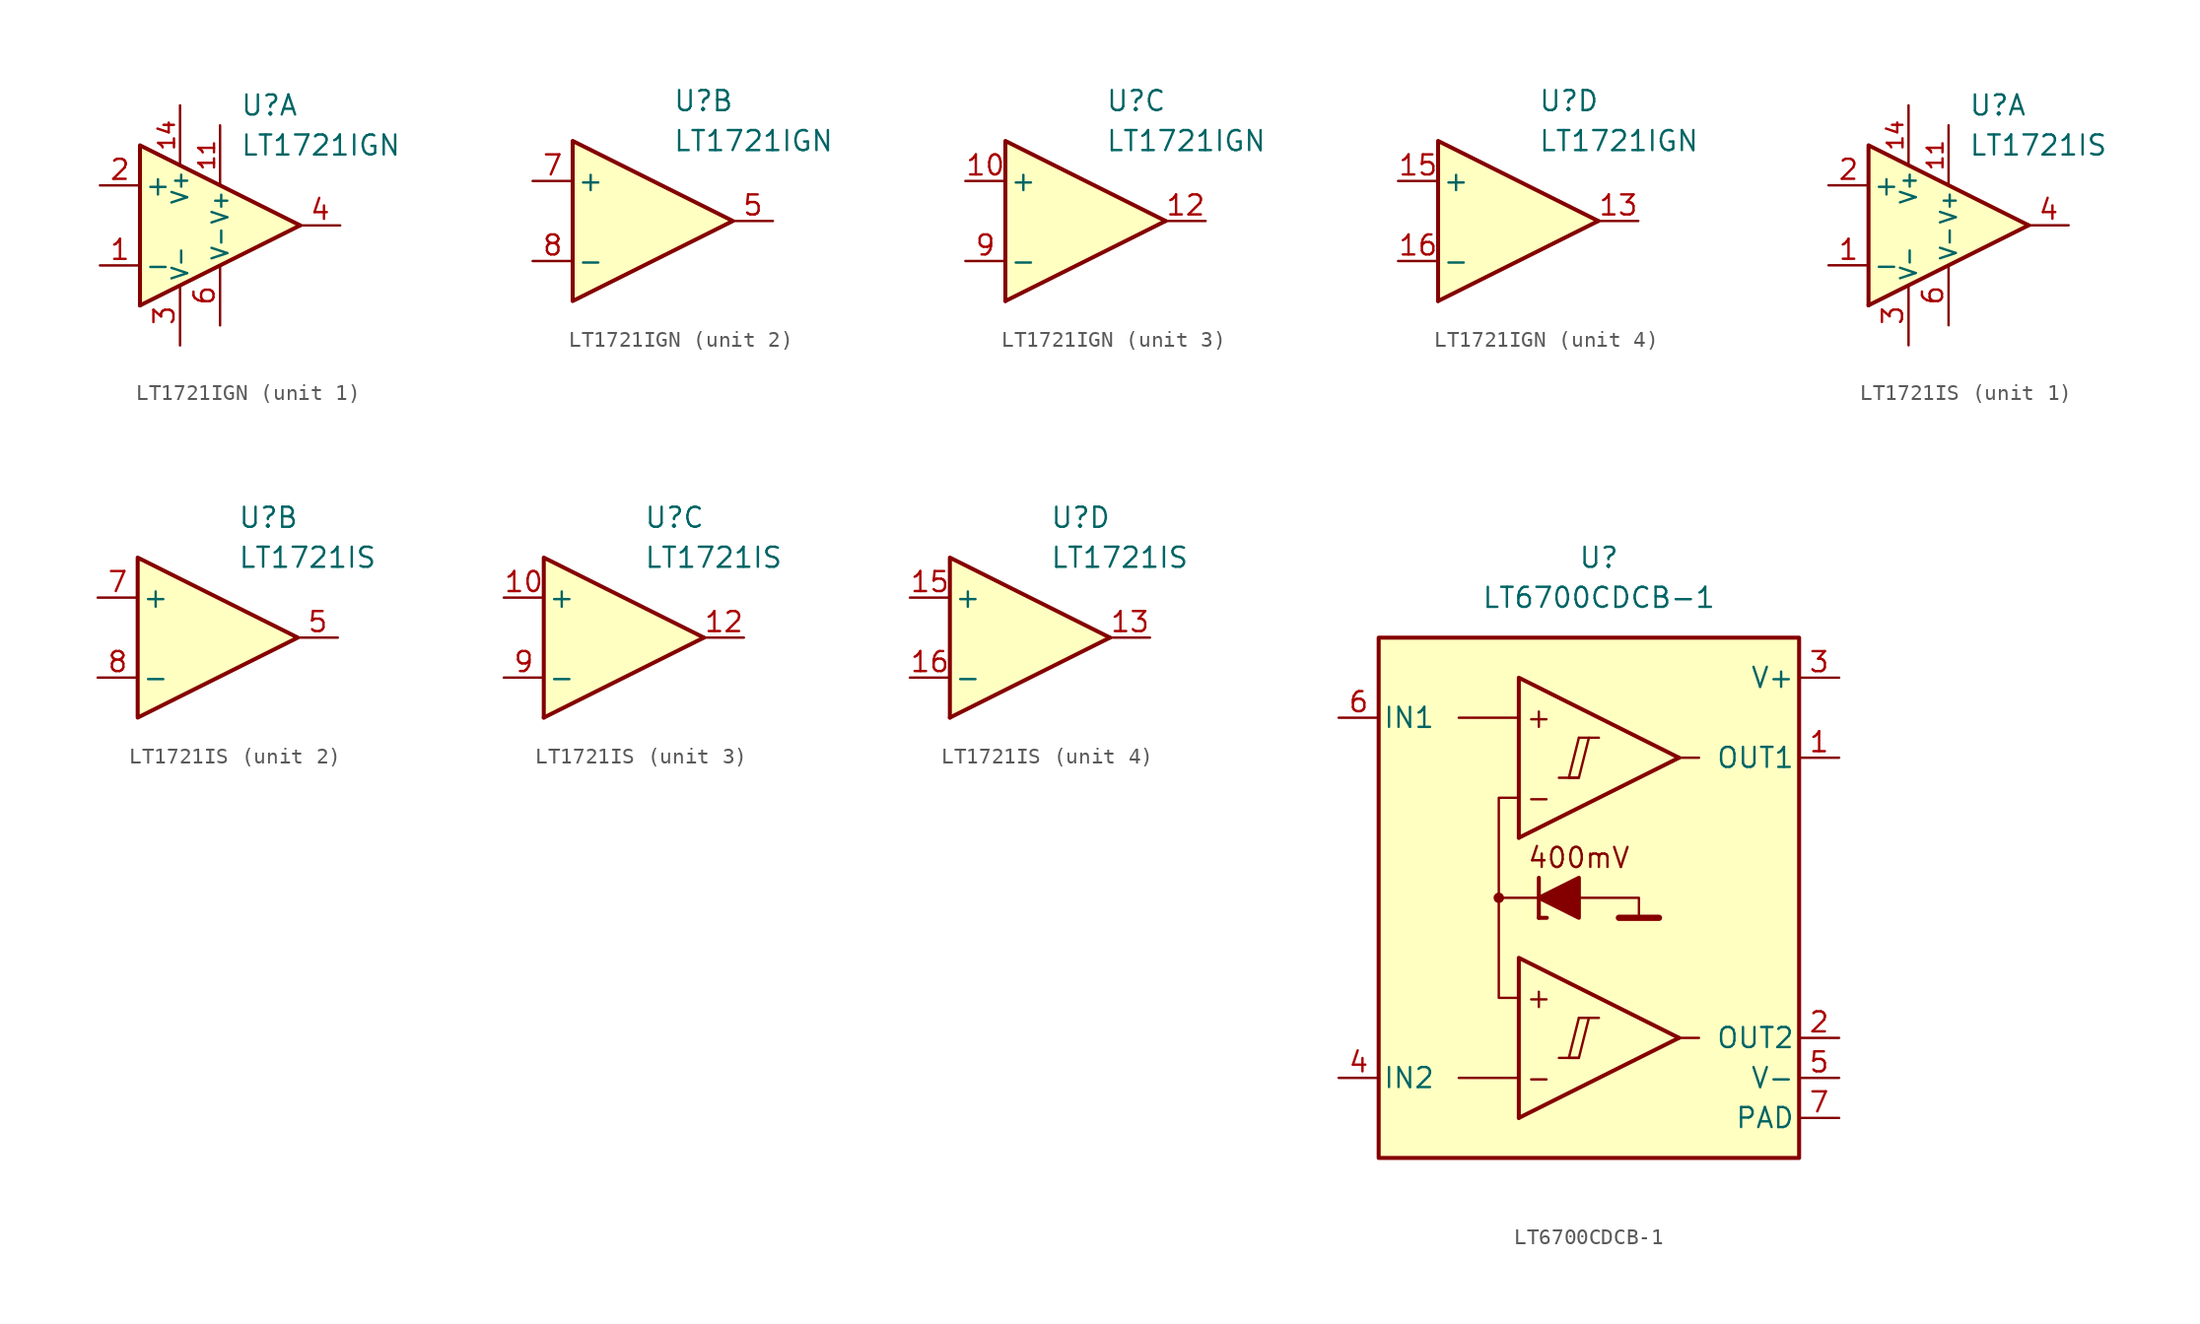
<source format=kicad_sym>
(kicad_symbol_lib
  (version 20231120)
  (generator "kicad_symbol_editor")
  (generator_version "8.0")
  (symbol "LT1721IGN"
    (pin_names
      (offset 0.254))
    (property "Reference" "U"
      (at 2.54 7.62 0)
      (effects (font (size 1.27 1.27)) (justify left)))
    (property "Value" "LT1721IGN"
      (at 2.54 5.08 0)
      (effects (font (size 1.27 1.27)) (justify left)))
    (property "ki_locked" ""
      (at 0 0 0)
      (effects (font (size 1.27 1.27))))
    (symbol "LT1721IGN_1_0"
      (polyline (pts (xy 6.35 0) (xy -3.81 -5.08)) (stroke (width 0.254) (type default)) (fill (type none)))
      (polyline (pts (xy 6.35 0) (xy -3.81 5.08) (xy -3.81 -5.08)) (stroke (width 0.254) (type default)) (fill (type background))))
    (symbol "LT1721IGN_1_1"
      (pin input line (at -6.35 -2.54 0) (length 2.54) (name "-" (effects (font (size 1.27 1.27)))) (number "1" (effects (font (size 1.27 1.27)))))
      (pin power_in line (at 1.27 6.35 270) (length 3.81) (name "V+" (effects (font (size 1 1)))) (number "11" (effects (font (size 1 1)))))
      (pin power_in line (at -1.27 7.62 270) (length 3.81) (name "V+" (effects (font (size 1 1)))) (number "14" (effects (font (size 1 1)))))
      (pin input line (at -6.35 2.54 0) (length 2.54) (name "+" (effects (font (size 1.27 1.27)))) (number "2" (effects (font (size 1.27 1.27)))))
      (pin power_in line (at -1.27 -7.62 90) (length 3.81) (name "V-" (effects (font (size 1 1)))) (number "3" (effects (font (size 1.27 1.27)))))
      (pin output line (at 8.89 0 180) (length 2.54) (name "~" (effects (font (size 1.27 1.27)))) (number "4" (effects (font (size 1.27 1.27)))))
      (pin power_in line (at 1.27 -6.35 90) (length 3.81) (name "V-" (effects (font (size 1 1)))) (number "6" (effects (font (size 1.27 1.27))))))
    (symbol "LT1721IGN_2_0"
      (polyline (pts (xy 6.35 0) (xy -3.81 5.08) (xy -3.81 -5.08) (xy 6.35 0)) (stroke (width 0.254) (type default)) (fill (type background))))
    (symbol "LT1721IGN_2_1"
      (pin output line (at 8.89 0 180) (length 2.54) (name "~" (effects (font (size 1.27 1.27)))) (number "5" (effects (font (size 1.27 1.27)))))
      (pin input line (at -6.35 2.54 0) (length 2.54) (name "+" (effects (font (size 1.27 1.27)))) (number "7" (effects (font (size 1.27 1.27)))))
      (pin input line (at -6.35 -2.54 0) (length 2.54) (name "-" (effects (font (size 1.27 1.27)))) (number "8" (effects (font (size 1.27 1.27))))))
    (symbol "LT1721IGN_3_0"
      (polyline (pts (xy 6.35 0) (xy -3.81 -5.08)) (stroke (width 0.254) (type default)) (fill (type none)))
      (polyline (pts (xy 6.35 0) (xy -3.81 5.08) (xy -3.81 -5.08)) (stroke (width 0.254) (type default)) (fill (type background))))
    (symbol "LT1721IGN_3_1"
      (pin input line (at -6.35 2.54 0) (length 2.54) (name "+" (effects (font (size 1.27 1.27)))) (number "10" (effects (font (size 1.27 1.27)))))
      (pin output line (at 8.89 0 180) (length 2.54) (name "~" (effects (font (size 1.27 1.27)))) (number "12" (effects (font (size 1.27 1.27)))))
      (pin input line (at -6.35 -2.54 0) (length 2.54) (name "-" (effects (font (size 1.27 1.27)))) (number "9" (effects (font (size 1.27 1.27))))))
    (symbol "LT1721IGN_4_0"
      (polyline (pts (xy 6.35 0) (xy -3.81 -5.08)) (stroke (width 0.254) (type default)) (fill (type none)))
      (polyline (pts (xy 6.35 0) (xy -3.81 5.08) (xy -3.81 -5.08)) (stroke (width 0.254) (type default)) (fill (type background))))
    (symbol "LT1721IGN_4_1"
      (pin output line (at 8.89 0 180) (length 2.54) (name "~" (effects (font (size 1.27 1.27)))) (number "13" (effects (font (size 1.27 1.27)))))
      (pin input line (at -6.35 2.54 0) (length 2.54) (name "+" (effects (font (size 1.27 1.27)))) (number "15" (effects (font (size 1.27 1.27)))))
      (pin input line (at -6.35 -2.54 0) (length 2.54) (name "-" (effects (font (size 1.27 1.27)))) (number "16" (effects (font (size 1.27 1.27)))))))
  (symbol "LT1721IS"
    (pin_names
      (offset 0.254))
    (property "Reference" "U"
      (at 2.54 7.62 0)
      (effects (font (size 1.27 1.27)) (justify left)))
    (property "Value" "LT1721IS"
      (at 2.54 5.08 0)
      (effects (font (size 1.27 1.27)) (justify left)))
    (property "ki_locked" ""
      (at 0 0 0)
      (effects (font (size 1.27 1.27))))
    (symbol "LT1721IS_1_0"
      (polyline (pts (xy 6.35 0) (xy -3.81 -5.08)) (stroke (width 0.254) (type default)) (fill (type none)))
      (polyline (pts (xy 6.35 0) (xy -3.81 5.08) (xy -3.81 -5.08)) (stroke (width 0.254) (type default)) (fill (type background))))
    (symbol "LT1721IS_1_1"
      (pin input line (at -6.35 -2.54 0) (length 2.54) (name "-" (effects (font (size 1.27 1.27)))) (number "1" (effects (font (size 1.27 1.27)))))
      (pin power_in line (at 1.27 6.35 270) (length 3.81) (name "V+" (effects (font (size 1 1)))) (number "11" (effects (font (size 1 1)))))
      (pin power_in line (at -1.27 7.62 270) (length 3.81) (name "V+" (effects (font (size 1 1)))) (number "14" (effects (font (size 1 1)))))
      (pin input line (at -6.35 2.54 0) (length 2.54) (name "+" (effects (font (size 1.27 1.27)))) (number "2" (effects (font (size 1.27 1.27)))))
      (pin power_in line (at -1.27 -7.62 90) (length 3.81) (name "V-" (effects (font (size 1 1)))) (number "3" (effects (font (size 1.27 1.27)))))
      (pin output line (at 8.89 0 180) (length 2.54) (name "~" (effects (font (size 1.27 1.27)))) (number "4" (effects (font (size 1.27 1.27)))))
      (pin power_in line (at 1.27 -6.35 90) (length 3.81) (name "V-" (effects (font (size 1 1)))) (number "6" (effects (font (size 1.27 1.27))))))
    (symbol "LT1721IS_2_0"
      (polyline (pts (xy 6.35 0) (xy -3.81 5.08) (xy -3.81 -5.08) (xy 6.35 0)) (stroke (width 0.254) (type default)) (fill (type background))))
    (symbol "LT1721IS_2_1"
      (pin output line (at 8.89 0 180) (length 2.54) (name "~" (effects (font (size 1.27 1.27)))) (number "5" (effects (font (size 1.27 1.27)))))
      (pin input line (at -6.35 2.54 0) (length 2.54) (name "+" (effects (font (size 1.27 1.27)))) (number "7" (effects (font (size 1.27 1.27)))))
      (pin input line (at -6.35 -2.54 0) (length 2.54) (name "-" (effects (font (size 1.27 1.27)))) (number "8" (effects (font (size 1.27 1.27))))))
    (symbol "LT1721IS_3_0"
      (polyline (pts (xy 6.35 0) (xy -3.81 -5.08)) (stroke (width 0.254) (type default)) (fill (type none)))
      (polyline (pts (xy 6.35 0) (xy -3.81 5.08) (xy -3.81 -5.08)) (stroke (width 0.254) (type default)) (fill (type background))))
    (symbol "LT1721IS_3_1"
      (pin input line (at -6.35 2.54 0) (length 2.54) (name "+" (effects (font (size 1.27 1.27)))) (number "10" (effects (font (size 1.27 1.27)))))
      (pin output line (at 8.89 0 180) (length 2.54) (name "~" (effects (font (size 1.27 1.27)))) (number "12" (effects (font (size 1.27 1.27)))))
      (pin input line (at -6.35 -2.54 0) (length 2.54) (name "-" (effects (font (size 1.27 1.27)))) (number "9" (effects (font (size 1.27 1.27))))))
    (symbol "LT1721IS_4_0"
      (polyline (pts (xy 6.35 0) (xy -3.81 -5.08)) (stroke (width 0.254) (type default)) (fill (type none)))
      (polyline (pts (xy 6.35 0) (xy -3.81 5.08) (xy -3.81 -5.08)) (stroke (width 0.254) (type default)) (fill (type background))))
    (symbol "LT1721IS_4_1"
      (pin output line (at 8.89 0 180) (length 2.54) (name "~" (effects (font (size 1.27 1.27)))) (number "13" (effects (font (size 1.27 1.27)))))
      (pin input line (at -6.35 2.54 0) (length 2.54) (name "+" (effects (font (size 1.27 1.27)))) (number "15" (effects (font (size 1.27 1.27)))))
      (pin input line (at -6.35 -2.54 0) (length 2.54) (name "-" (effects (font (size 1.27 1.27)))) (number "16" (effects (font (size 1.27 1.27)))))))
  (symbol "LT6700CDCB-1"
    (pin_names
      (offset 0.254))
    (property "Reference" "U"
      (at 0 22.86 0)
      (effects (font (size 1.27 1.27))))
    (property "Value" "LT6700CDCB-1"
      (at 0 20.32 0)
      (effects (font (size 1.27 1.27))))
    (symbol "LT6700CDCB-1_0_0"
      (rectangle (start -13.97 17.78) (end 12.7 -15.24) (stroke (width 0.254) (type default)) (fill (type background)))
      (circle (center -6.35 1.27) (radius 0.254) (stroke (width 0.152) (type default)) (fill (type outline)))
      (polyline (pts (xy -2.54 -8.89) (xy -1.27 -8.89)) (stroke (width 0.152) (type default)) (fill (type none)))
      (polyline (pts (xy -2.54 8.89) (xy -1.27 8.89)) (stroke (width 0.152) (type default)) (fill (type none)))
      (polyline (pts (xy -1.27 -6.35) (xy 0 -6.35)) (stroke (width 0.152) (type default)) (fill (type none)))
      (polyline (pts (xy -1.27 11.43) (xy 0 11.43)) (stroke (width 0.152) (type default)) (fill (type none)))
      (polyline (pts (xy 5.08 -7.62) (xy -5.08 -12.7)) (stroke (width 0.254) (type default)) (fill (type none)))
      (polyline (pts (xy 5.08 10.16) (xy -5.08 5.08)) (stroke (width 0.254) (type default)) (fill (type none)))
      (polyline (pts (xy 5.08 -7.62) (xy -5.08 -2.54) (xy -5.08 -12.7)) (stroke (width 0.254) (type default)) (fill (type background)))
      (polyline (pts (xy 5.08 10.16) (xy -5.08 15.24) (xy -5.08 5.08)) (stroke (width 0.254) (type default)) (fill (type background)))
      (polyline (pts (xy -1.27 -6.35) (xy -1.905 -8.89) (xy -1.27 -8.89) (xy -0.635 -6.35)) (stroke (width 0.152) (type default)) (fill (type none)))
      (polyline (pts (xy -1.27 11.43) (xy -1.905 8.89) (xy -1.27 8.89) (xy -0.635 11.43)) (stroke (width 0.152) (type default)) (fill (type none)))
      (text "+" (at -3.81 -5.08 0) (effects (font (size 1.27 1.27))))
      (text "+" (at -3.81 12.7 0) (effects (font (size 1.27 1.27))))
      (text "-" (at -3.81 -10.16 0) (effects (font (size 1.27 1.27))))
      (text "-" (at -3.81 7.62 0) (effects (font (size 1.27 1.27)))))
    (symbol "LT6700CDCB-1_0_1"
      (polyline (pts (xy -5.08 -10.16) (xy -8.89 -10.16)) (stroke (width 0) (type default)) (fill (type none)))
      (polyline (pts (xy -5.08 12.7) (xy -8.89 12.7)) (stroke (width 0) (type default)) (fill (type none)))
      (polyline (pts (xy -3.81 0) (xy -3.81 2.54)) (stroke (width 0.254) (type default)) (fill (type none)))
      (polyline (pts (xy -3.81 0) (xy -3.302 0)) (stroke (width 0.254) (type default)) (fill (type none)))
      (polyline (pts (xy -3.81 1.27) (xy -6.35 1.27)) (stroke (width 0.152) (type default)) (fill (type none)))
      (polyline (pts (xy 1.27 0) (xy 3.81 0)) (stroke (width 0.4) (type default)) (fill (type none)))
      (polyline (pts (xy 5.08 -7.62) (xy 6.35 -7.62)) (stroke (width 0) (type default)) (fill (type none)))
      (polyline (pts (xy 5.08 10.16) (xy 6.35 10.16)) (stroke (width 0) (type default)) (fill (type none)))
      (polyline (pts (xy -1.27 1.27) (xy 2.54 1.27) (xy 2.54 0)) (stroke (width 0.152) (type default)) (fill (type none)))
      (polyline (pts (xy -5.08 -5.08) (xy -6.35 -5.08) (xy -6.35 7.62) (xy -5.08 7.62)) (stroke (width 0.152) (type default)) (fill (type none)))
      (polyline (pts (xy -1.27 2.54) (xy -1.27 0) (xy -3.81 1.27) (xy -1.27 2.54)) (stroke (width 0.254) (type default)) (fill (type outline))))
    (symbol "LT6700CDCB-1_1_0"
      (text "400mV" (at -1.27 3.81 0) (effects (font (size 1.27 1.27)))))
    (symbol "LT6700CDCB-1_1_1"
      (pin output line (at 15.24 10.16 180) (length 2.54) (name "OUT1" (effects (font (size 1.27 1.27)))) (number "1" (effects (font (size 1.27 1.27)))))
      (pin output line (at 15.24 -7.62 180) (length 2.54) (name "OUT2" (effects (font (size 1.27 1.27)))) (number "2" (effects (font (size 1.27 1.27)))))
      (pin power_in line (at 15.24 15.24 180) (length 2.54) (name "V+" (effects (font (size 1.27 1.27)))) (number "3" (effects (font (size 1.27 1.27)))))
      (pin input line (at -16.51 -10.16 0) (length 2.54) (name "IN2" (effects (font (size 1.27 1.27)))) (number "4" (effects (font (size 1.27 1.27)))))
      (pin power_in line (at 15.24 -10.16 180) (length 2.54) (name "V-" (effects (font (size 1.27 1.27)))) (number "5" (effects (font (size 1.27 1.27)))))
      (pin input line (at -16.51 12.7 0) (length 2.54) (name "IN1" (effects (font (size 1.27 1.27)))) (number "6" (effects (font (size 1.27 1.27)))))
      (pin power_in line (at 15.24 -12.7 180) (length 2.54) (name "PAD" (effects (font (size 1.27 1.27)))) (number "7" (effects (font (size 1.27 1.27))))))))
</source>
